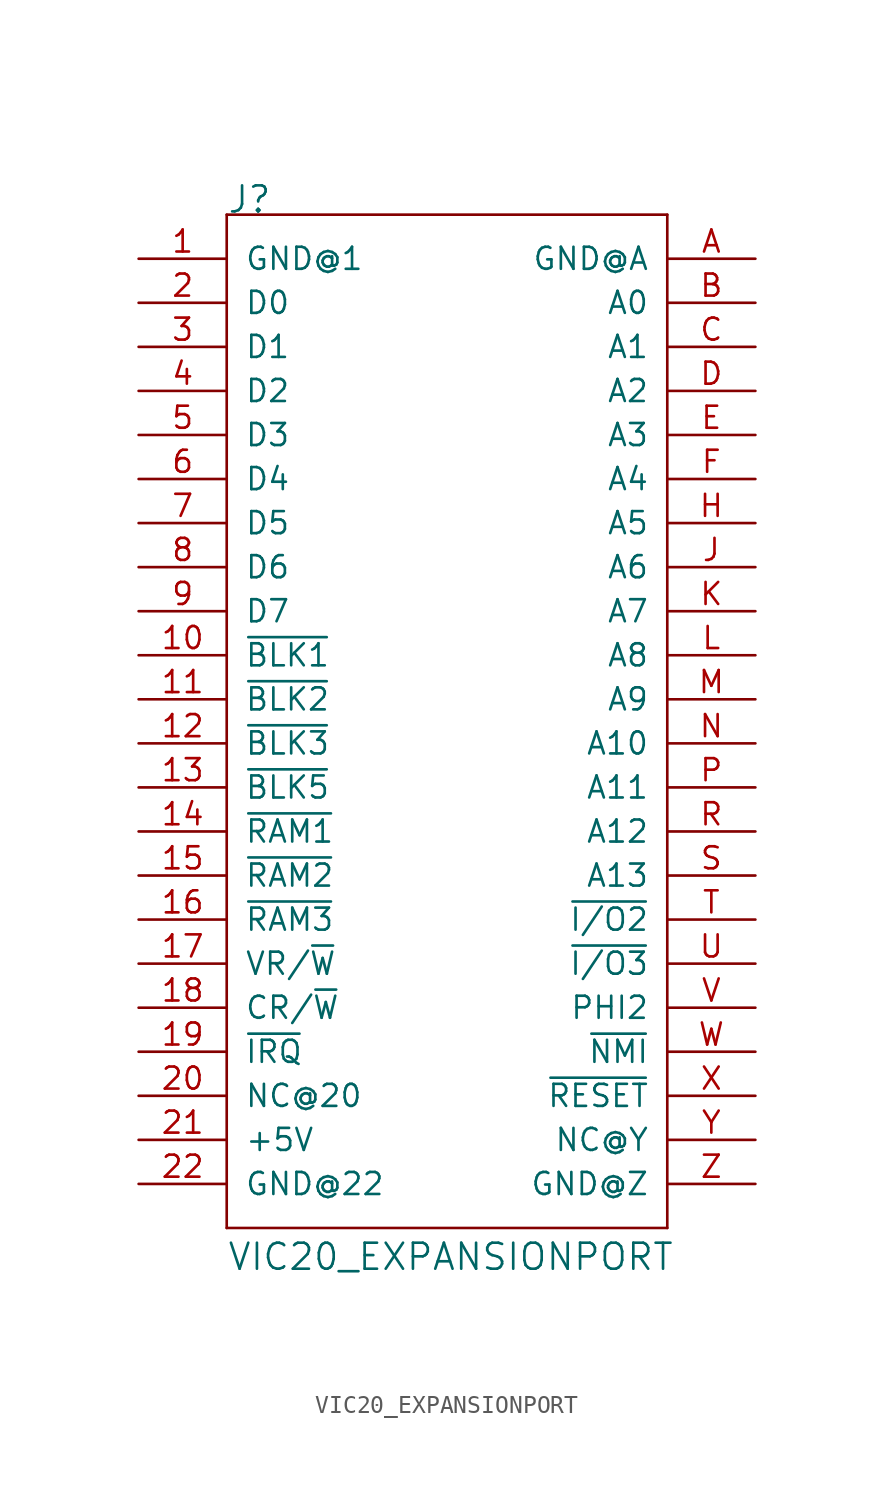
<source format=kicad_sym>
(kicad_symbol_lib
  (version 20211014)
  (generator kicad_symbol_editor)
  (symbol "VIC20_EXPANSIONPORT"
    (pin_names
      (offset 1.016))
    (property "Reference" "J"
      (at -12.7 27.94 0)
      (effects (font (size 1.499 1.499)) (justify left bottom)))
    (property "Value" "VIC20_EXPANSIONPORT"
      (at -12.7 -33.02 0)
      (effects (font (size 1.499 1.499)) (justify left bottom)))
    (property "ki_locked" ""
      (at 0 0 0)
      (effects (font (size 1.27 1.27))))
    (symbol "VIC20_EXPANSIONPORT_1_0"
      (polyline (pts (xy -12.7 -30.48) (xy -12.7 27.94)) (stroke (width 0) (type default) (color 0 0 0 0)) (fill (type none)))
      (polyline (pts (xy -12.7 27.94) (xy 12.7 27.94)) (stroke (width 0) (type default) (color 0 0 0 0)) (fill (type none)))
      (polyline (pts (xy 12.7 -30.48) (xy -12.7 -30.48)) (stroke (width 0) (type default) (color 0 0 0 0)) (fill (type none)))
      (polyline (pts (xy 12.7 27.94) (xy 12.7 -30.48)) (stroke (width 0) (type default) (color 0 0 0 0)) (fill (type none)))
      (pin power_in line (at -17.78 25.4 0) (length 5.08) (name "GND@1" (effects (font (size 1.27 1.27)))) (number "1" (effects (font (size 1.27 1.27)))))
      (pin input line (at -17.78 2.54 0) (length 5.08) (name "~{BLK1}" (effects (font (size 1.27 1.27)))) (number "10" (effects (font (size 1.27 1.27)))))
      (pin input line (at -17.78 0 0) (length 5.08) (name "~{BLK2}" (effects (font (size 1.27 1.27)))) (number "11" (effects (font (size 1.27 1.27)))))
      (pin output line (at -17.78 -2.54 0) (length 5.08) (name "~{BLK3}" (effects (font (size 1.27 1.27)))) (number "12" (effects (font (size 1.27 1.27)))))
      (pin output line (at -17.78 -5.08 0) (length 5.08) (name "~{BLK5}" (effects (font (size 1.27 1.27)))) (number "13" (effects (font (size 1.27 1.27)))))
      (pin input line (at -17.78 -7.62 0) (length 5.08) (name "~{RAM1}" (effects (font (size 1.27 1.27)))) (number "14" (effects (font (size 1.27 1.27)))))
      (pin output line (at -17.78 -10.16 0) (length 5.08) (name "~{RAM2}" (effects (font (size 1.27 1.27)))) (number "15" (effects (font (size 1.27 1.27)))))
      (pin output line (at -17.78 -12.7 0) (length 5.08) (name "~{RAM3}" (effects (font (size 1.27 1.27)))) (number "16" (effects (font (size 1.27 1.27)))))
      (pin output line (at -17.78 -15.24 0) (length 5.08) (name "VR/~{W}" (effects (font (size 1.27 1.27)))) (number "17" (effects (font (size 1.27 1.27)))))
      (pin output line (at -17.78 -17.78 0) (length 5.08) (name "CR/~{W}" (effects (font (size 1.27 1.27)))) (number "18" (effects (font (size 1.27 1.27)))))
      (pin input line (at -17.78 -20.32 0) (length 5.08) (name "~{IRQ}" (effects (font (size 1.27 1.27)))) (number "19" (effects (font (size 1.27 1.27)))))
      (pin bidirectional line (at -17.78 22.86 0) (length 5.08) (name "D0" (effects (font (size 1.27 1.27)))) (number "2" (effects (font (size 1.27 1.27)))))
      (pin power_in line (at -17.78 -22.86 0) (length 5.08) (name "NC@20" (effects (font (size 1.27 1.27)))) (number "20" (effects (font (size 1.27 1.27)))))
      (pin power_in line (at -17.78 -25.4 0) (length 5.08) (name "+5V" (effects (font (size 1.27 1.27)))) (number "21" (effects (font (size 1.27 1.27)))))
      (pin power_in line (at -17.78 -27.94 0) (length 5.08) (name "GND@22" (effects (font (size 1.27 1.27)))) (number "22" (effects (font (size 1.27 1.27)))))
      (pin bidirectional line (at -17.78 20.32 0) (length 5.08) (name "D1" (effects (font (size 1.27 1.27)))) (number "3" (effects (font (size 1.27 1.27)))))
      (pin bidirectional line (at -17.78 17.78 0) (length 5.08) (name "D2" (effects (font (size 1.27 1.27)))) (number "4" (effects (font (size 1.27 1.27)))))
      (pin bidirectional line (at -17.78 15.24 0) (length 5.08) (name "D3" (effects (font (size 1.27 1.27)))) (number "5" (effects (font (size 1.27 1.27)))))
      (pin bidirectional line (at -17.78 12.7 0) (length 5.08) (name "D4" (effects (font (size 1.27 1.27)))) (number "6" (effects (font (size 1.27 1.27)))))
      (pin bidirectional line (at -17.78 10.16 0) (length 5.08) (name "D5" (effects (font (size 1.27 1.27)))) (number "7" (effects (font (size 1.27 1.27)))))
      (pin bidirectional line (at -17.78 7.62 0) (length 5.08) (name "D6" (effects (font (size 1.27 1.27)))) (number "8" (effects (font (size 1.27 1.27)))))
      (pin bidirectional line (at -17.78 5.08 0) (length 5.08) (name "D7" (effects (font (size 1.27 1.27)))) (number "9" (effects (font (size 1.27 1.27)))))
      (pin power_in line (at 17.78 25.4 180) (length 5.08) (name "GND@A" (effects (font (size 1.27 1.27)))) (number "A" (effects (font (size 1.27 1.27)))))
      (pin bidirectional line (at 17.78 22.86 180) (length 5.08) (name "A0" (effects (font (size 1.27 1.27)))) (number "B" (effects (font (size 1.27 1.27)))))
      (pin bidirectional line (at 17.78 20.32 180) (length 5.08) (name "A1" (effects (font (size 1.27 1.27)))) (number "C" (effects (font (size 1.27 1.27)))))
      (pin bidirectional line (at 17.78 17.78 180) (length 5.08) (name "A2" (effects (font (size 1.27 1.27)))) (number "D" (effects (font (size 1.27 1.27)))))
      (pin bidirectional line (at 17.78 15.24 180) (length 5.08) (name "A3" (effects (font (size 1.27 1.27)))) (number "E" (effects (font (size 1.27 1.27)))))
      (pin bidirectional line (at 17.78 12.7 180) (length 5.08) (name "A4" (effects (font (size 1.27 1.27)))) (number "F" (effects (font (size 1.27 1.27)))))
      (pin bidirectional line (at 17.78 10.16 180) (length 5.08) (name "A5" (effects (font (size 1.27 1.27)))) (number "H" (effects (font (size 1.27 1.27)))))
      (pin bidirectional line (at 17.78 7.62 180) (length 5.08) (name "A6" (effects (font (size 1.27 1.27)))) (number "J" (effects (font (size 1.27 1.27)))))
      (pin bidirectional line (at 17.78 5.08 180) (length 5.08) (name "A7" (effects (font (size 1.27 1.27)))) (number "K" (effects (font (size 1.27 1.27)))))
      (pin bidirectional line (at 17.78 2.54 180) (length 5.08) (name "A8" (effects (font (size 1.27 1.27)))) (number "L" (effects (font (size 1.27 1.27)))))
      (pin bidirectional line (at 17.78 0 180) (length 5.08) (name "A9" (effects (font (size 1.27 1.27)))) (number "M" (effects (font (size 1.27 1.27)))))
      (pin bidirectional line (at 17.78 -2.54 180) (length 5.08) (name "A10" (effects (font (size 1.27 1.27)))) (number "N" (effects (font (size 1.27 1.27)))))
      (pin bidirectional line (at 17.78 -5.08 180) (length 5.08) (name "A11" (effects (font (size 1.27 1.27)))) (number "P" (effects (font (size 1.27 1.27)))))
      (pin bidirectional line (at 17.78 -7.62 180) (length 5.08) (name "A12" (effects (font (size 1.27 1.27)))) (number "R" (effects (font (size 1.27 1.27)))))
      (pin bidirectional line (at 17.78 -10.16 180) (length 5.08) (name "A13" (effects (font (size 1.27 1.27)))) (number "S" (effects (font (size 1.27 1.27)))))
      (pin output line (at 17.78 -12.7 180) (length 5.08) (name "~{I/O2}" (effects (font (size 1.27 1.27)))) (number "T" (effects (font (size 1.27 1.27)))))
      (pin output line (at 17.78 -15.24 180) (length 5.08) (name "~{I/O3}" (effects (font (size 1.27 1.27)))) (number "U" (effects (font (size 1.27 1.27)))))
      (pin bidirectional line (at 17.78 -17.78 180) (length 5.08) (name "PHI2" (effects (font (size 1.27 1.27)))) (number "V" (effects (font (size 1.27 1.27)))))
      (pin input line (at 17.78 -20.32 180) (length 5.08) (name "~{NMI}" (effects (font (size 1.27 1.27)))) (number "W" (effects (font (size 1.27 1.27)))))
      (pin open_collector line (at 17.78 -22.86 180) (length 5.08) (name "~{RESET}" (effects (font (size 1.27 1.27)))) (number "X" (effects (font (size 1.27 1.27)))))
      (pin bidirectional line (at 17.78 -25.4 180) (length 5.08) (name "NC@Y" (effects (font (size 1.27 1.27)))) (number "Y" (effects (font (size 1.27 1.27)))))
      (pin power_in line (at 17.78 -27.94 180) (length 5.08) (name "GND@Z" (effects (font (size 1.27 1.27)))) (number "Z" (effects (font (size 1.27 1.27))))))))
</source>
